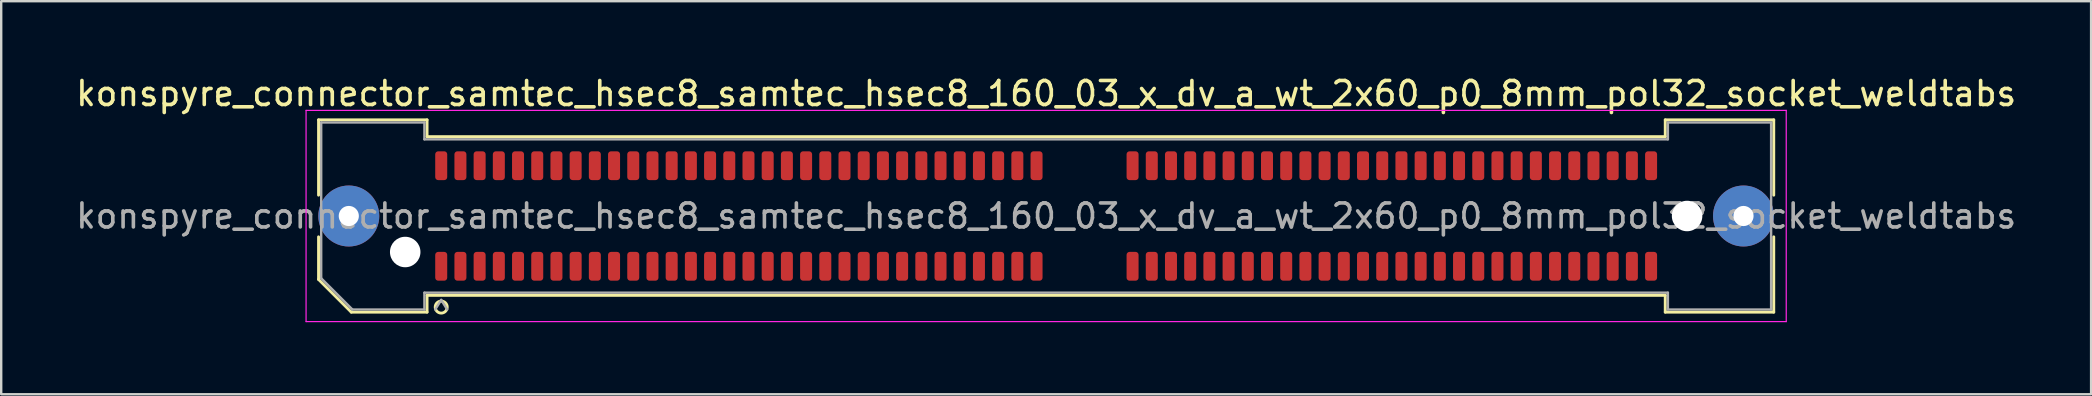
<source format=kicad_pcb>
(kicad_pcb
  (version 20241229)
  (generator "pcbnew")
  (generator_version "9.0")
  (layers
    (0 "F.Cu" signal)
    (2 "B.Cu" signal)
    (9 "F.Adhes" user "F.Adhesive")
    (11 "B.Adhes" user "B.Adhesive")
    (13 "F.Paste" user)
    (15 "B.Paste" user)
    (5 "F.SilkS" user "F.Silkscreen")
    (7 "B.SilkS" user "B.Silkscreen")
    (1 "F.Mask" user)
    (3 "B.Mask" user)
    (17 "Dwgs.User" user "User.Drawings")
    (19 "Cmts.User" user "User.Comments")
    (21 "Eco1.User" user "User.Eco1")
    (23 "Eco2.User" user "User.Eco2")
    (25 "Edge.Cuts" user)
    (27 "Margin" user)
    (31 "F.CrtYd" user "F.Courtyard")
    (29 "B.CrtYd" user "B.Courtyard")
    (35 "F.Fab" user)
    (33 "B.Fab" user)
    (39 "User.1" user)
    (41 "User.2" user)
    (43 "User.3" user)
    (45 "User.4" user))
  (footprint "konspyre_connector_samtec_hsec8_samtec_hsec8_160_03_x_dv_a_wt_2x60_p0_8mm_pol32_socket_weldtabs"
    (layer "F.Cu")
    (at 40.53 5.948)
    (property "Reference" "konspyre_connector_samtec_hsec8_samtec_hsec8_160_03_x_dv_a_wt_2x60_p0_8mm_pol32_socket_weldtabs" (at 0 -5.1 0) (layer "F.SilkS") (effects (font (size 1 1) (thickness 0.15))))
    (attr smd)
    (fp_line (start -30.31 -4.005) (end -25.79 -4.005) (stroke (width 0.12) (type solid)) (layer "F.SilkS"))
    (fp_line (start -30.31 -0.868) (end -30.31 -4.005) (stroke (width 0.12) (type solid)) (layer "F.SilkS"))
    (fp_line (start -30.31 2.641) (end -30.31 0.868) (stroke (width 0.12) (type solid)) (layer "F.SilkS"))
    (fp_line (start -28.946 4.005) (end -30.31 2.641) (stroke (width 0.12) (type solid)) (layer "F.SilkS"))
    (fp_line (start -25.79 -4.005) (end -25.79 -3.305) (stroke (width 0.12) (type solid)) (layer "F.SilkS"))
    (fp_line (start -25.79 -3.305) (end 25.79 -3.305) (stroke (width 0.12) (type solid)) (layer "F.SilkS"))
    (fp_line (start -25.79 3.305) (end -25.79 4.005) (stroke (width 0.12) (type solid)) (layer "F.SilkS"))
    (fp_line (start -25.79 4.005) (end -28.946 4.005) (stroke (width 0.12) (type solid)) (layer "F.SilkS"))
    (fp_line (start 25.79 -4.005) (end 30.31 -4.005) (stroke (width 0.12) (type solid)) (layer "F.SilkS"))
    (fp_line (start 25.79 -3.305) (end 25.79 -4.005) (stroke (width 0.12) (type solid)) (layer "F.SilkS"))
    (fp_line (start 25.79 3.305) (end -25.79 3.305) (stroke (width 0.12) (type solid)) (layer "F.SilkS"))
    (fp_line (start 25.79 4.005) (end 25.79 3.305) (stroke (width 0.12) (type solid)) (layer "F.SilkS"))
    (fp_line (start 30.31 -4.005) (end 30.31 -0.868) (stroke (width 0.12) (type solid)) (layer "F.SilkS"))
    (fp_line (start 30.31 0.868) (end 30.31 4.005) (stroke (width 0.12) (type solid)) (layer "F.SilkS"))
    (fp_line (start 30.31 4.005) (end 25.79 4.005) (stroke (width 0.12) (type solid)) (layer "F.SilkS"))
    (fp_arc (start -24.95 3.795) (mid -25.45 3.795) (end -24.95 3.795) (stroke (width 0.12) (type solid)) (layer "F.SilkS"))
    (fp_line (start -30.83 -4.4) (end -30.83 4.4) (stroke (width 0.05) (type solid)) (layer "F.CrtYd"))
    (fp_line (start -30.83 4.4) (end 30.83 4.4) (stroke (width 0.05) (type solid)) (layer "F.CrtYd"))
    (fp_line (start 30.83 -4.4) (end -30.83 -4.4) (stroke (width 0.05) (type solid)) (layer "F.CrtYd"))
    (fp_line (start 30.83 4.4) (end 30.83 -4.4) (stroke (width 0.05) (type solid)) (layer "F.CrtYd"))
    (fp_line (start -30.2 -3.895) (end -25.9 -3.895) (stroke (width 0.1) (type solid)) (layer "F.Fab"))
    (fp_line (start -30.2 2.595) (end -30.2 -3.895) (stroke (width 0.1) (type solid)) (layer "F.Fab"))
    (fp_line (start -28.9 3.895) (end -30.2 2.595) (stroke (width 0.1) (type solid)) (layer "F.Fab"))
    (fp_line (start -25.9 -3.895) (end -25.9 -3.195) (stroke (width 0.1) (type solid)) (layer "F.Fab"))
    (fp_line (start -25.9 -3.195) (end 25.9 -3.195) (stroke (width 0.1) (type solid)) (layer "F.Fab"))
    (fp_line (start -25.9 3.195) (end -25.9 3.895) (stroke (width 0.1) (type solid)) (layer "F.Fab"))
    (fp_line (start -25.9 3.895) (end -28.9 3.895) (stroke (width 0.1) (type solid)) (layer "F.Fab"))
    (fp_line (start -25.2 3.495) (end -25.45 3.895) (stroke (width 0.1) (type solid)) (layer "F.Fab"))
    (fp_line (start -25.2 3.495) (end -24.95 3.895) (stroke (width 0.1) (type solid)) (layer "F.Fab"))
    (fp_line (start 25.9 -3.895) (end 30.2 -3.895) (stroke (width 0.1) (type solid)) (layer "F.Fab"))
    (fp_line (start 25.9 -3.195) (end 25.9 -3.895) (stroke (width 0.1) (type solid)) (layer "F.Fab"))
    (fp_line (start 25.9 3.195) (end -25.9 3.195) (stroke (width 0.1) (type solid)) (layer "F.Fab"))
    (fp_line (start 25.9 3.895) (end 25.9 3.195) (stroke (width 0.1) (type solid)) (layer "F.Fab"))
    (fp_line (start 30.2 -3.895) (end 30.2 3.895) (stroke (width 0.1) (type solid)) (layer "F.Fab"))
    (fp_line (start 30.2 3.895) (end 25.9 3.895) (stroke (width 0.1) (type solid)) (layer "F.Fab"))
    (fp_text user "${REFERENCE}" (at 0 0 0) (layer "F.Fab") (effects (font (size 1 1) (thickness 0.15))))
    (pad "" thru_hole circle (at -29.05 0) (size 2.54 2.54) (drill 0.84) (layers "*.Cu" "*.Mask" "F.Paste"))
    (pad "" np_thru_hole circle (at -26.7 1.5) (size 1.27 1.27) (drill 1.27) (layers "*.Cu" "*.Mask"))
    (pad "" np_thru_hole circle (at 26.7 0) (size 1.27 1.27) (drill 1.27) (layers "*.Cu" "*.Mask"))
    (pad "" thru_hole circle (at 29.05 0) (size 2.54 2.54) (drill 0.84) (layers "*.Cu" "*.Mask" "F.Paste"))
    (pad "1" smd roundrect (at -25.2 2.095) (size 0.5 1.2) (layers "F.Cu" "F.Mask" "F.Paste") (roundrect_rratio 0.25))
    (pad "2" smd roundrect (at -25.2 -2.095) (size 0.5 1.2) (layers "F.Cu" "F.Mask" "F.Paste") (roundrect_rratio 0.25))
    (pad "3" smd roundrect (at -24.4 2.095) (size 0.5 1.2) (layers "F.Cu" "F.Mask" "F.Paste") (roundrect_rratio 0.25))
    (pad "4" smd roundrect (at -24.4 -2.095) (size 0.5 1.2) (layers "F.Cu" "F.Mask" "F.Paste") (roundrect_rratio 0.25))
    (pad "5" smd roundrect (at -23.6 2.095) (size 0.5 1.2) (layers "F.Cu" "F.Mask" "F.Paste") (roundrect_rratio 0.25))
    (pad "6" smd roundrect (at -23.6 -2.095) (size 0.5 1.2) (layers "F.Cu" "F.Mask" "F.Paste") (roundrect_rratio 0.25))
    (pad "7" smd roundrect (at -22.8 2.095) (size 0.5 1.2) (layers "F.Cu" "F.Mask" "F.Paste") (roundrect_rratio 0.25))
    (pad "8" smd roundrect (at -22.8 -2.095) (size 0.5 1.2) (layers "F.Cu" "F.Mask" "F.Paste") (roundrect_rratio 0.25))
    (pad "9" smd roundrect (at -22 2.095) (size 0.5 1.2) (layers "F.Cu" "F.Mask" "F.Paste") (roundrect_rratio 0.25))
    (pad "10" smd roundrect (at -22 -2.095) (size 0.5 1.2) (layers "F.Cu" "F.Mask" "F.Paste") (roundrect_rratio 0.25))
    (pad "11" smd roundrect (at -21.2 2.095) (size 0.5 1.2) (layers "F.Cu" "F.Mask" "F.Paste") (roundrect_rratio 0.25))
    (pad "12" smd roundrect (at -21.2 -2.095) (size 0.5 1.2) (layers "F.Cu" "F.Mask" "F.Paste") (roundrect_rratio 0.25))
    (pad "13" smd roundrect (at -20.4 2.095) (size 0.5 1.2) (layers "F.Cu" "F.Mask" "F.Paste") (roundrect_rratio 0.25))
    (pad "14" smd roundrect (at -20.4 -2.095) (size 0.5 1.2) (layers "F.Cu" "F.Mask" "F.Paste") (roundrect_rratio 0.25))
    (pad "15" smd roundrect (at -19.6 2.095) (size 0.5 1.2) (layers "F.Cu" "F.Mask" "F.Paste") (roundrect_rratio 0.25))
    (pad "16" smd roundrect (at -19.6 -2.095) (size 0.5 1.2) (layers "F.Cu" "F.Mask" "F.Paste") (roundrect_rratio 0.25))
    (pad "17" smd roundrect (at -18.8 2.095) (size 0.5 1.2) (layers "F.Cu" "F.Mask" "F.Paste") (roundrect_rratio 0.25))
    (pad "18" smd roundrect (at -18.8 -2.095) (size 0.5 1.2) (layers "F.Cu" "F.Mask" "F.Paste") (roundrect_rratio 0.25))
    (pad "19" smd roundrect (at -18 2.095) (size 0.5 1.2) (layers "F.Cu" "F.Mask" "F.Paste") (roundrect_rratio 0.25))
    (pad "20" smd roundrect (at -18 -2.095) (size 0.5 1.2) (layers "F.Cu" "F.Mask" "F.Paste") (roundrect_rratio 0.25))
    (pad "21" smd roundrect (at -17.2 2.095) (size 0.5 1.2) (layers "F.Cu" "F.Mask" "F.Paste") (roundrect_rratio 0.25))
    (pad "22" smd roundrect (at -17.2 -2.095) (size 0.5 1.2) (layers "F.Cu" "F.Mask" "F.Paste") (roundrect_rratio 0.25))
    (pad "23" smd roundrect (at -16.4 2.095) (size 0.5 1.2) (layers "F.Cu" "F.Mask" "F.Paste") (roundrect_rratio 0.25))
    (pad "24" smd roundrect (at -16.4 -2.095) (size 0.5 1.2) (layers "F.Cu" "F.Mask" "F.Paste") (roundrect_rratio 0.25))
    (pad "25" smd roundrect (at -15.6 2.095) (size 0.5 1.2) (layers "F.Cu" "F.Mask" "F.Paste") (roundrect_rratio 0.25))
    (pad "26" smd roundrect (at -15.6 -2.095) (size 0.5 1.2) (layers "F.Cu" "F.Mask" "F.Paste") (roundrect_rratio 0.25))
    (pad "27" smd roundrect (at -14.8 2.095) (size 0.5 1.2) (layers "F.Cu" "F.Mask" "F.Paste") (roundrect_rratio 0.25))
    (pad "28" smd roundrect (at -14.8 -2.095) (size 0.5 1.2) (layers "F.Cu" "F.Mask" "F.Paste") (roundrect_rratio 0.25))
    (pad "29" smd roundrect (at -14 2.095) (size 0.5 1.2) (layers "F.Cu" "F.Mask" "F.Paste") (roundrect_rratio 0.25))
    (pad "30" smd roundrect (at -14 -2.095) (size 0.5 1.2) (layers "F.Cu" "F.Mask" "F.Paste") (roundrect_rratio 0.25))
    (pad "31" smd roundrect (at -13.2 2.095) (size 0.5 1.2) (layers "F.Cu" "F.Mask" "F.Paste") (roundrect_rratio 0.25))
    (pad "32" smd roundrect (at -13.2 -2.095) (size 0.5 1.2) (layers "F.Cu" "F.Mask" "F.Paste") (roundrect_rratio 0.25))
    (pad "33" smd roundrect (at -12.4 2.095) (size 0.5 1.2) (layers "F.Cu" "F.Mask" "F.Paste") (roundrect_rratio 0.25))
    (pad "34" smd roundrect (at -12.4 -2.095) (size 0.5 1.2) (layers "F.Cu" "F.Mask" "F.Paste") (roundrect_rratio 0.25))
    (pad "35" smd roundrect (at -11.6 2.095) (size 0.5 1.2) (layers "F.Cu" "F.Mask" "F.Paste") (roundrect_rratio 0.25))
    (pad "36" smd roundrect (at -11.6 -2.095) (size 0.5 1.2) (layers "F.Cu" "F.Mask" "F.Paste") (roundrect_rratio 0.25))
    (pad "37" smd roundrect (at -10.8 2.095) (size 0.5 1.2) (layers "F.Cu" "F.Mask" "F.Paste") (roundrect_rratio 0.25))
    (pad "38" smd roundrect (at -10.8 -2.095) (size 0.5 1.2) (layers "F.Cu" "F.Mask" "F.Paste") (roundrect_rratio 0.25))
    (pad "39" smd roundrect (at -10 2.095) (size 0.5 1.2) (layers "F.Cu" "F.Mask" "F.Paste") (roundrect_rratio 0.25))
    (pad "40" smd roundrect (at -10 -2.095) (size 0.5 1.2) (layers "F.Cu" "F.Mask" "F.Paste") (roundrect_rratio 0.25))
    (pad "41" smd roundrect (at -9.2 2.095) (size 0.5 1.2) (layers "F.Cu" "F.Mask" "F.Paste") (roundrect_rratio 0.25))
    (pad "42" smd roundrect (at -9.2 -2.095) (size 0.5 1.2) (layers "F.Cu" "F.Mask" "F.Paste") (roundrect_rratio 0.25))
    (pad "43" smd roundrect (at -8.4 2.095) (size 0.5 1.2) (layers "F.Cu" "F.Mask" "F.Paste") (roundrect_rratio 0.25))
    (pad "44" smd roundrect (at -8.4 -2.095) (size 0.5 1.2) (layers "F.Cu" "F.Mask" "F.Paste") (roundrect_rratio 0.25))
    (pad "45" smd roundrect (at -7.6 2.095) (size 0.5 1.2) (layers "F.Cu" "F.Mask" "F.Paste") (roundrect_rratio 0.25))
    (pad "46" smd roundrect (at -7.6 -2.095) (size 0.5 1.2) (layers "F.Cu" "F.Mask" "F.Paste") (roundrect_rratio 0.25))
    (pad "47" smd roundrect (at -6.8 2.095) (size 0.5 1.2) (layers "F.Cu" "F.Mask" "F.Paste") (roundrect_rratio 0.25))
    (pad "48" smd roundrect (at -6.8 -2.095) (size 0.5 1.2) (layers "F.Cu" "F.Mask" "F.Paste") (roundrect_rratio 0.25))
    (pad "49" smd roundrect (at -6 2.095) (size 0.5 1.2) (layers "F.Cu" "F.Mask" "F.Paste") (roundrect_rratio 0.25))
    (pad "50" smd roundrect (at -6 -2.095) (size 0.5 1.2) (layers "F.Cu" "F.Mask" "F.Paste") (roundrect_rratio 0.25))
    (pad "51" smd roundrect (at -5.2 2.095) (size 0.5 1.2) (layers "F.Cu" "F.Mask" "F.Paste") (roundrect_rratio 0.25))
    (pad "52" smd roundrect (at -5.2 -2.095) (size 0.5 1.2) (layers "F.Cu" "F.Mask" "F.Paste") (roundrect_rratio 0.25))
    (pad "53" smd roundrect (at -4.4 2.095) (size 0.5 1.2) (layers "F.Cu" "F.Mask" "F.Paste") (roundrect_rratio 0.25))
    (pad "54" smd roundrect (at -4.4 -2.095) (size 0.5 1.2) (layers "F.Cu" "F.Mask" "F.Paste") (roundrect_rratio 0.25))
    (pad "55" smd roundrect (at -3.6 2.095) (size 0.5 1.2) (layers "F.Cu" "F.Mask" "F.Paste") (roundrect_rratio 0.25))
    (pad "56" smd roundrect (at -3.6 -2.095) (size 0.5 1.2) (layers "F.Cu" "F.Mask" "F.Paste") (roundrect_rratio 0.25))
    (pad "57" smd roundrect (at -2.8 2.095) (size 0.5 1.2) (layers "F.Cu" "F.Mask" "F.Paste") (roundrect_rratio 0.25))
    (pad "58" smd roundrect (at -2.8 -2.095) (size 0.5 1.2) (layers "F.Cu" "F.Mask" "F.Paste") (roundrect_rratio 0.25))
    (pad "59" smd roundrect (at -2 2.095) (size 0.5 1.2) (layers "F.Cu" "F.Mask" "F.Paste") (roundrect_rratio 0.25))
    (pad "60" smd roundrect (at -2 -2.095) (size 0.5 1.2) (layers "F.Cu" "F.Mask" "F.Paste") (roundrect_rratio 0.25))
    (pad "61" smd roundrect (at -1.2 2.095) (size 0.5 1.2) (layers "F.Cu" "F.Mask" "F.Paste") (roundrect_rratio 0.25))
    (pad "62" smd roundrect (at -1.2 -2.095) (size 0.5 1.2) (layers "F.Cu" "F.Mask" "F.Paste") (roundrect_rratio 0.25))
    (pad "63" smd roundrect (at -0.4 2.095) (size 0.5 1.2) (layers "F.Cu" "F.Mask" "F.Paste") (roundrect_rratio 0.25))
    (pad "64" smd roundrect (at -0.4 -2.095) (size 0.5 1.2) (layers "F.Cu" "F.Mask" "F.Paste") (roundrect_rratio 0.25))
    (pad "65" smd roundrect (at 3.6 2.095) (size 0.5 1.2) (layers "F.Cu" "F.Mask" "F.Paste") (roundrect_rratio 0.25))
    (pad "66" smd roundrect (at 3.6 -2.095) (size 0.5 1.2) (layers "F.Cu" "F.Mask" "F.Paste") (roundrect_rratio 0.25))
    (pad "67" smd roundrect (at 4.4 2.095) (size 0.5 1.2) (layers "F.Cu" "F.Mask" "F.Paste") (roundrect_rratio 0.25))
    (pad "68" smd roundrect (at 4.4 -2.095) (size 0.5 1.2) (layers "F.Cu" "F.Mask" "F.Paste") (roundrect_rratio 0.25))
    (pad "69" smd roundrect (at 5.2 2.095) (size 0.5 1.2) (layers "F.Cu" "F.Mask" "F.Paste") (roundrect_rratio 0.25))
    (pad "70" smd roundrect (at 5.2 -2.095) (size 0.5 1.2) (layers "F.Cu" "F.Mask" "F.Paste") (roundrect_rratio 0.25))
    (pad "71" smd roundrect (at 6 2.095) (size 0.5 1.2) (layers "F.Cu" "F.Mask" "F.Paste") (roundrect_rratio 0.25))
    (pad "72" smd roundrect (at 6 -2.095) (size 0.5 1.2) (layers "F.Cu" "F.Mask" "F.Paste") (roundrect_rratio 0.25))
    (pad "73" smd roundrect (at 6.8 2.095) (size 0.5 1.2) (layers "F.Cu" "F.Mask" "F.Paste") (roundrect_rratio 0.25))
    (pad "74" smd roundrect (at 6.8 -2.095) (size 0.5 1.2) (layers "F.Cu" "F.Mask" "F.Paste") (roundrect_rratio 0.25))
    (pad "75" smd roundrect (at 7.6 2.095) (size 0.5 1.2) (layers "F.Cu" "F.Mask" "F.Paste") (roundrect_rratio 0.25))
    (pad "76" smd roundrect (at 7.6 -2.095) (size 0.5 1.2) (layers "F.Cu" "F.Mask" "F.Paste") (roundrect_rratio 0.25))
    (pad "77" smd roundrect (at 8.4 2.095) (size 0.5 1.2) (layers "F.Cu" "F.Mask" "F.Paste") (roundrect_rratio 0.25))
    (pad "78" smd roundrect (at 8.4 -2.095) (size 0.5 1.2) (layers "F.Cu" "F.Mask" "F.Paste") (roundrect_rratio 0.25))
    (pad "79" smd roundrect (at 9.2 2.095) (size 0.5 1.2) (layers "F.Cu" "F.Mask" "F.Paste") (roundrect_rratio 0.25))
    (pad "80" smd roundrect (at 9.2 -2.095) (size 0.5 1.2) (layers "F.Cu" "F.Mask" "F.Paste") (roundrect_rratio 0.25))
    (pad "81" smd roundrect (at 10 2.095) (size 0.5 1.2) (layers "F.Cu" "F.Mask" "F.Paste") (roundrect_rratio 0.25))
    (pad "82" smd roundrect (at 10 -2.095) (size 0.5 1.2) (layers "F.Cu" "F.Mask" "F.Paste") (roundrect_rratio 0.25))
    (pad "83" smd roundrect (at 10.8 2.095) (size 0.5 1.2) (layers "F.Cu" "F.Mask" "F.Paste") (roundrect_rratio 0.25))
    (pad "84" smd roundrect (at 10.8 -2.095) (size 0.5 1.2) (layers "F.Cu" "F.Mask" "F.Paste") (roundrect_rratio 0.25))
    (pad "85" smd roundrect (at 11.6 2.095) (size 0.5 1.2) (layers "F.Cu" "F.Mask" "F.Paste") (roundrect_rratio 0.25))
    (pad "86" smd roundrect (at 11.6 -2.095) (size 0.5 1.2) (layers "F.Cu" "F.Mask" "F.Paste") (roundrect_rratio 0.25))
    (pad "87" smd roundrect (at 12.4 2.095) (size 0.5 1.2) (layers "F.Cu" "F.Mask" "F.Paste") (roundrect_rratio 0.25))
    (pad "88" smd roundrect (at 12.4 -2.095) (size 0.5 1.2) (layers "F.Cu" "F.Mask" "F.Paste") (roundrect_rratio 0.25))
    (pad "89" smd roundrect (at 13.2 2.095) (size 0.5 1.2) (layers "F.Cu" "F.Mask" "F.Paste") (roundrect_rratio 0.25))
    (pad "90" smd roundrect (at 13.2 -2.095) (size 0.5 1.2) (layers "F.Cu" "F.Mask" "F.Paste") (roundrect_rratio 0.25))
    (pad "91" smd roundrect (at 14 2.095) (size 0.5 1.2) (layers "F.Cu" "F.Mask" "F.Paste") (roundrect_rratio 0.25))
    (pad "92" smd roundrect (at 14 -2.095) (size 0.5 1.2) (layers "F.Cu" "F.Mask" "F.Paste") (roundrect_rratio 0.25))
    (pad "93" smd roundrect (at 14.8 2.095) (size 0.5 1.2) (layers "F.Cu" "F.Mask" "F.Paste") (roundrect_rratio 0.25))
    (pad "94" smd roundrect (at 14.8 -2.095) (size 0.5 1.2) (layers "F.Cu" "F.Mask" "F.Paste") (roundrect_rratio 0.25))
    (pad "95" smd roundrect (at 15.6 2.095) (size 0.5 1.2) (layers "F.Cu" "F.Mask" "F.Paste") (roundrect_rratio 0.25))
    (pad "96" smd roundrect (at 15.6 -2.095) (size 0.5 1.2) (layers "F.Cu" "F.Mask" "F.Paste") (roundrect_rratio 0.25))
    (pad "97" smd roundrect (at 16.4 2.095) (size 0.5 1.2) (layers "F.Cu" "F.Mask" "F.Paste") (roundrect_rratio 0.25))
    (pad "98" smd roundrect (at 16.4 -2.095) (size 0.5 1.2) (layers "F.Cu" "F.Mask" "F.Paste") (roundrect_rratio 0.25))
    (pad "99" smd roundrect (at 17.2 2.095) (size 0.5 1.2) (layers "F.Cu" "F.Mask" "F.Paste") (roundrect_rratio 0.25))
    (pad "100" smd roundrect (at 17.2 -2.095) (size 0.5 1.2) (layers "F.Cu" "F.Mask" "F.Paste") (roundrect_rratio 0.25))
    (pad "101" smd roundrect (at 18 2.095) (size 0.5 1.2) (layers "F.Cu" "F.Mask" "F.Paste") (roundrect_rratio 0.25))
    (pad "102" smd roundrect (at 18 -2.095) (size 0.5 1.2) (layers "F.Cu" "F.Mask" "F.Paste") (roundrect_rratio 0.25))
    (pad "103" smd roundrect (at 18.8 2.095) (size 0.5 1.2) (layers "F.Cu" "F.Mask" "F.Paste") (roundrect_rratio 0.25))
    (pad "104" smd roundrect (at 18.8 -2.095) (size 0.5 1.2) (layers "F.Cu" "F.Mask" "F.Paste") (roundrect_rratio 0.25))
    (pad "105" smd roundrect (at 19.6 2.095) (size 0.5 1.2) (layers "F.Cu" "F.Mask" "F.Paste") (roundrect_rratio 0.25))
    (pad "106" smd roundrect (at 19.6 -2.095) (size 0.5 1.2) (layers "F.Cu" "F.Mask" "F.Paste") (roundrect_rratio 0.25))
    (pad "107" smd roundrect (at 20.4 2.095) (size 0.5 1.2) (layers "F.Cu" "F.Mask" "F.Paste") (roundrect_rratio 0.25))
    (pad "108" smd roundrect (at 20.4 -2.095) (size 0.5 1.2) (layers "F.Cu" "F.Mask" "F.Paste") (roundrect_rratio 0.25))
    (pad "109" smd roundrect (at 21.2 2.095) (size 0.5 1.2) (layers "F.Cu" "F.Mask" "F.Paste") (roundrect_rratio 0.25))
    (pad "110" smd roundrect (at 21.2 -2.095) (size 0.5 1.2) (layers "F.Cu" "F.Mask" "F.Paste") (roundrect_rratio 0.25))
    (pad "111" smd roundrect (at 22 2.095) (size 0.5 1.2) (layers "F.Cu" "F.Mask" "F.Paste") (roundrect_rratio 0.25))
    (pad "112" smd roundrect (at 22 -2.095) (size 0.5 1.2) (layers "F.Cu" "F.Mask" "F.Paste") (roundrect_rratio 0.25))
    (pad "113" smd roundrect (at 22.8 2.095) (size 0.5 1.2) (layers "F.Cu" "F.Mask" "F.Paste") (roundrect_rratio 0.25))
    (pad "114" smd roundrect (at 22.8 -2.095) (size 0.5 1.2) (layers "F.Cu" "F.Mask" "F.Paste") (roundrect_rratio 0.25))
    (pad "115" smd roundrect (at 23.6 2.095) (size 0.5 1.2) (layers "F.Cu" "F.Mask" "F.Paste") (roundrect_rratio 0.25))
    (pad "116" smd roundrect (at 23.6 -2.095) (size 0.5 1.2) (layers "F.Cu" "F.Mask" "F.Paste") (roundrect_rratio 0.25))
    (pad "117" smd roundrect (at 24.4 2.095) (size 0.5 1.2) (layers "F.Cu" "F.Mask" "F.Paste") (roundrect_rratio 0.25))
    (pad "118" smd roundrect (at 24.4 -2.095) (size 0.5 1.2) (layers "F.Cu" "F.Mask" "F.Paste") (roundrect_rratio 0.25))
    (pad "119" smd roundrect (at 25.2 2.095) (size 0.5 1.2) (layers "F.Cu" "F.Mask" "F.Paste") (roundrect_rratio 0.25))
    (pad "120" smd roundrect (at 25.2 -2.095) (size 0.5 1.2) (layers "F.Cu" "F.Mask" "F.Paste") (roundrect_rratio 0.25)))
  (gr_rect
    (start -3 -3)
    (end 84.06 13.373)
    (stroke (width 0.1) (type default))
    (fill no)
    (layer "Edge.Cuts")))
</source>
